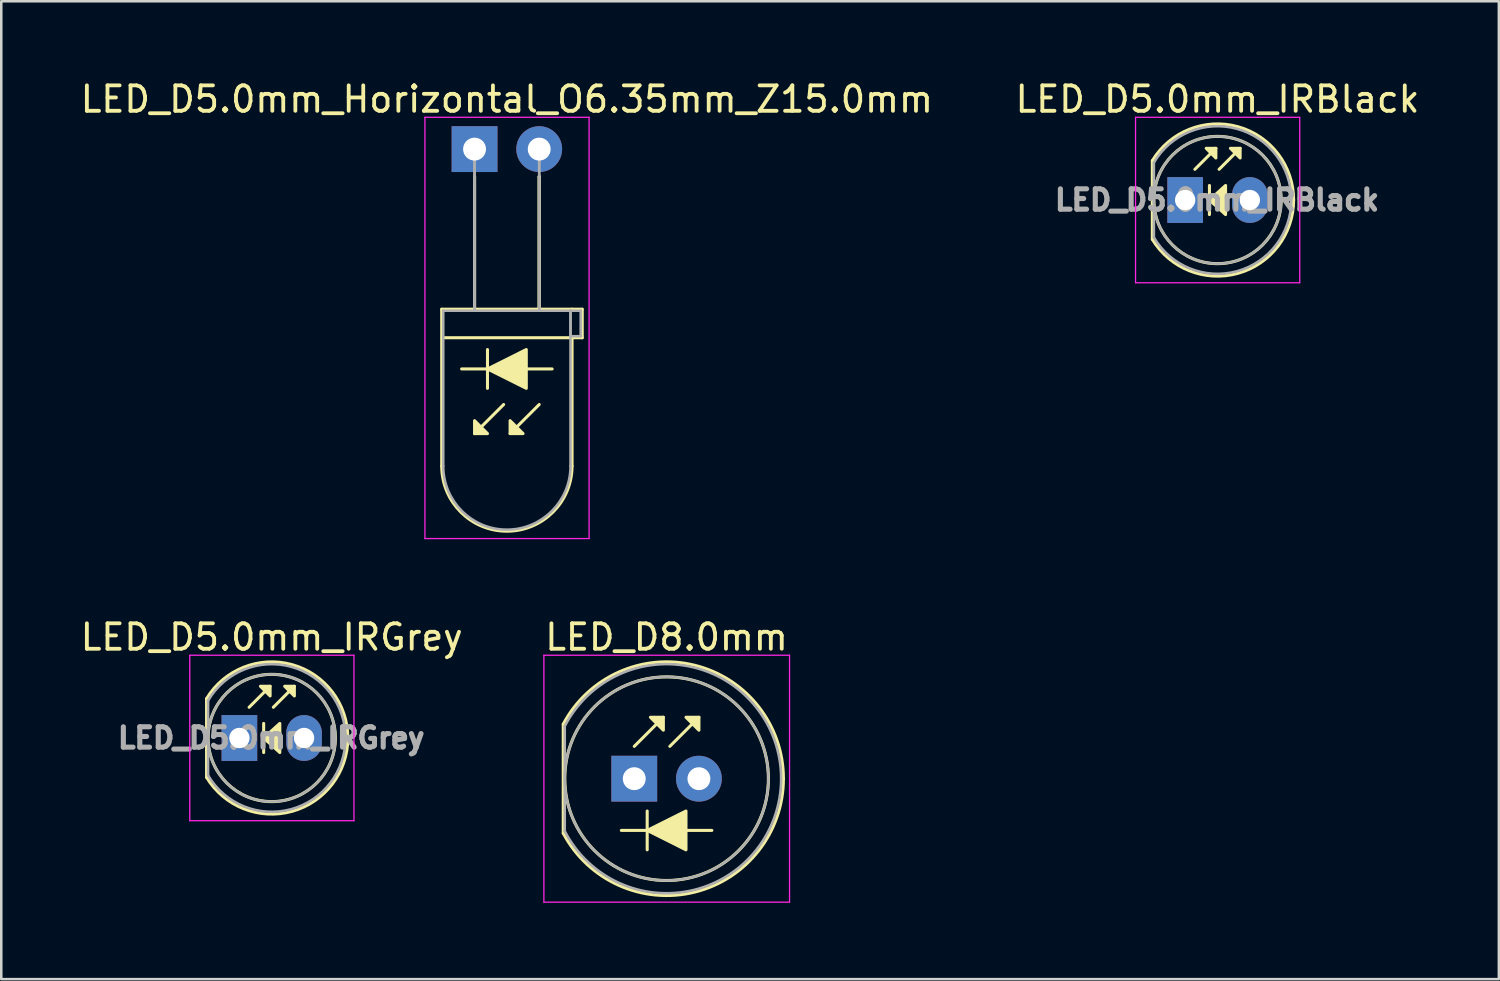
<source format=kicad_pcb>
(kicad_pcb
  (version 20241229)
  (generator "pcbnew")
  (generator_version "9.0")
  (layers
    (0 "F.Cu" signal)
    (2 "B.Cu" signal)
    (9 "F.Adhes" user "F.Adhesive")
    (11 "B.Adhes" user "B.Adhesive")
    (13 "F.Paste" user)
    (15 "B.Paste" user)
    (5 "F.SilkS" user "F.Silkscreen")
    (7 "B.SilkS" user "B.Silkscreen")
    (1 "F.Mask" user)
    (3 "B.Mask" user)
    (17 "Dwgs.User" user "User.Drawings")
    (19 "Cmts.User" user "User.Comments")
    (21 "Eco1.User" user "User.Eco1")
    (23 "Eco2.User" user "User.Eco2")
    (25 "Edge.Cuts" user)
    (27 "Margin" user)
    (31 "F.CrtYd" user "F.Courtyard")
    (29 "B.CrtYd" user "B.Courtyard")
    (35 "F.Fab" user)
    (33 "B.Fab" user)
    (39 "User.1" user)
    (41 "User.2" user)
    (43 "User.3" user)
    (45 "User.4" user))
  (footprint "LED_D8.0mm"
    (layer "F.Cu")
    (at 21.867 27.541)
    (property "Reference" "LED_D8.0mm" (at 1.27 -5.56 0) (layer "F.SilkS") (effects (font (size 1 1) (thickness 0.15))))
    (fp_line (start -2.79 -2.142) (end -2.79 2.142) (stroke (width 0.12) (type solid)) (layer "F.SilkS"))
    (fp_line (start 0 -1.27) (end 1.143 -2.413) (stroke (width 0.12) (type solid)) (layer "F.SilkS"))
    (fp_line (start 0.508 1.27) (end 0.508 2.794) (stroke (width 0.12) (type solid)) (layer "F.SilkS"))
    (fp_line (start 0.508 2.032) (end -0.508 2.032) (stroke (width 0.12) (type solid)) (layer "F.SilkS"))
    (fp_line (start 1.397 -1.27) (end 2.54 -2.413) (stroke (width 0.12) (type solid)) (layer "F.SilkS"))
    (fp_line (start 3.048 2.032) (end 2.032 2.032) (stroke (width 0.12) (type solid)) (layer "F.SilkS"))
    (fp_arc (start -2.79 -2.141145) (mid 2.373119 -4.455472) (end 5.86 0.000486) (stroke (width 0.12) (type solid)) (layer "F.SilkS"))
    (fp_arc (start 5.86 -0.000486) (mid 2.373119 4.455472) (end -2.79 2.141145) (stroke (width 0.12) (type solid)) (layer "F.SilkS"))
    (fp_circle (center 1.27 0) (end 5.27 0) (stroke (width 0.12) (type solid)) (fill no) (layer "F.SilkS"))
    (fp_poly (pts (xy 1.143 -1.905) (xy 0.635 -2.413) (xy 1.143 -2.413)) (stroke (width 0.12) (type solid)) (fill yes) (layer "F.SilkS"))
    (fp_poly (pts (xy 2.032 2.794) (xy 0.508 2.032) (xy 2.032 1.27)) (stroke (width 0.12) (type solid)) (fill yes) (layer "F.SilkS"))
    (fp_poly (pts (xy 2.54 -1.905) (xy 2.032 -2.413) (xy 2.54 -2.413)) (stroke (width 0.12) (type solid)) (fill yes) (layer "F.SilkS"))
    (fp_line (start -3.55 -4.85) (end -3.55 4.85) (stroke (width 0.05) (type solid)) (layer "F.CrtYd"))
    (fp_line (start -3.55 4.85) (end 6.1 4.85) (stroke (width 0.05) (type solid)) (layer "F.CrtYd"))
    (fp_line (start 6.1 -4.85) (end -3.55 -4.85) (stroke (width 0.05) (type solid)) (layer "F.CrtYd"))
    (fp_line (start 6.1 4.85) (end 6.1 -4.85) (stroke (width 0.05) (type solid)) (layer "F.CrtYd"))
    (fp_line (start -2.73 -2.062) (end -2.73 2.062) (stroke (width 0.1) (type solid)) (layer "F.Fab"))
    (fp_arc (start -2.73 -2.061553) (mid 5.77 0.00126) (end -2.731154 2.059312) (stroke (width 0.1) (type solid)) (layer "F.Fab"))
    (fp_circle (center 1.27 0) (end 5.27 0) (stroke (width 0.1) (type solid)) (fill no) (layer "F.Fab"))
    (pad "1" thru_hole rect (at 0 0) (size 1.8 1.8) (drill 0.9) (layers "*.Cu" "*.Mask"))
    (pad "2" thru_hole circle (at 2.54 0) (size 1.8 1.8) (drill 0.9) (layers "*.Cu" "*.Mask")))
  (footprint "LED_D5.0mm_Horizontal_O6.35mm_Z15.0mm"
    (layer "F.Cu")
    (at 15.593 2.808)
    (property "Reference" "LED_D5.0mm_Horizontal_O6.35mm_Z15.0mm" (at 1.27 -1.96 0) (layer "F.SilkS") (effects (font (size 1 1) (thickness 0.15))))
    (fp_line (start -1.29 6.29) (end -1.29 12.45) (stroke (width 0.12) (type solid)) (layer "F.SilkS"))
    (fp_line (start -1.29 6.29) (end 3.83 6.29) (stroke (width 0.12) (type solid)) (layer "F.SilkS"))
    (fp_line (start 0 1.08) (end 0 1.08) (stroke (width 0.12) (type solid)) (layer "F.SilkS"))
    (fp_line (start 0 1.08) (end 0 6.29) (stroke (width 0.12) (type solid)) (layer "F.SilkS"))
    (fp_line (start 0 6.29) (end 0 1.08) (stroke (width 0.12) (type solid)) (layer "F.SilkS"))
    (fp_line (start 0 6.29) (end 0 6.29) (stroke (width 0.12) (type solid)) (layer "F.SilkS"))
    (fp_line (start 0.508 7.874) (end 0.508 9.398) (stroke (width 0.12) (type solid)) (layer "F.SilkS"))
    (fp_line (start 0.508 8.636) (end -0.508 8.636) (stroke (width 0.12) (type solid)) (layer "F.SilkS"))
    (fp_line (start 1.143 10.033) (end 0 11.176) (stroke (width 0.12) (type solid)) (layer "F.SilkS"))
    (fp_line (start 2.54 1.08) (end 2.54 1.08) (stroke (width 0.12) (type solid)) (layer "F.SilkS"))
    (fp_line (start 2.54 1.08) (end 2.54 6.29) (stroke (width 0.12) (type solid)) (layer "F.SilkS"))
    (fp_line (start 2.54 6.29) (end 2.54 1.08) (stroke (width 0.12) (type solid)) (layer "F.SilkS"))
    (fp_line (start 2.54 6.29) (end 2.54 6.29) (stroke (width 0.12) (type solid)) (layer "F.SilkS"))
    (fp_line (start 2.54 10.033) (end 1.397 11.176) (stroke (width 0.12) (type solid)) (layer "F.SilkS"))
    (fp_line (start 3.048 8.636) (end 2.032 8.636) (stroke (width 0.12) (type solid)) (layer "F.SilkS"))
    (fp_line (start 3.83 6.29) (end 4.23 6.29) (stroke (width 0.12) (type solid)) (layer "F.SilkS"))
    (fp_line (start 3.83 7.41) (end 3.83 12.45) (stroke (width 0.12) (type solid)) (layer "F.SilkS"))
    (fp_line (start 4.23 6.29) (end 4.23 7.41) (stroke (width 0.12) (type solid)) (layer "F.SilkS"))
    (fp_line (start 4.23 7.41) (end -1.27 7.41) (stroke (width 0.12) (type solid)) (layer "F.SilkS"))
    (fp_arc (start 3.83 12.45) (mid 1.27 15.01) (end -1.29 12.45) (stroke (width 0.12) (type solid)) (layer "F.SilkS"))
    (fp_poly (pts (xy 0 10.668) (xy 0.508 11.176) (xy 0 11.176)) (stroke (width 0.12) (type solid)) (fill yes) (layer "F.SilkS"))
    (fp_poly (pts (xy 1.397 10.668) (xy 1.905 11.176) (xy 1.397 11.176)) (stroke (width 0.12) (type solid)) (fill yes) (layer "F.SilkS"))
    (fp_poly (pts (xy 2.032 9.398) (xy 0.508 8.636) (xy 2.032 7.874)) (stroke (width 0.12) (type solid)) (fill yes) (layer "F.SilkS"))
    (fp_line (start -1.95 -1.25) (end -1.95 15.3) (stroke (width 0.05) (type solid)) (layer "F.CrtYd"))
    (fp_line (start -1.95 15.3) (end 4.5 15.3) (stroke (width 0.05) (type solid)) (layer "F.CrtYd"))
    (fp_line (start 4.5 -1.25) (end -1.95 -1.25) (stroke (width 0.05) (type solid)) (layer "F.CrtYd"))
    (fp_line (start 4.5 15.3) (end 4.5 -1.25) (stroke (width 0.05) (type solid)) (layer "F.CrtYd"))
    (fp_line (start -1.23 6.35) (end -1.23 12.45) (stroke (width 0.1) (type solid)) (layer "F.Fab"))
    (fp_line (start -1.23 6.35) (end 3.77 6.35) (stroke (width 0.1) (type solid)) (layer "F.Fab"))
    (fp_line (start 0 0) (end 0 0) (stroke (width 0.1) (type solid)) (layer "F.Fab"))
    (fp_line (start 0 0) (end 0 6.35) (stroke (width 0.1) (type solid)) (layer "F.Fab"))
    (fp_line (start 0 6.35) (end 0 0) (stroke (width 0.1) (type solid)) (layer "F.Fab"))
    (fp_line (start 0 6.35) (end 0 6.35) (stroke (width 0.1) (type solid)) (layer "F.Fab"))
    (fp_line (start 2.54 0) (end 2.54 0) (stroke (width 0.1) (type solid)) (layer "F.Fab"))
    (fp_line (start 2.54 0) (end 2.54 6.35) (stroke (width 0.1) (type solid)) (layer "F.Fab"))
    (fp_line (start 2.54 6.35) (end 2.54 0) (stroke (width 0.1) (type solid)) (layer "F.Fab"))
    (fp_line (start 2.54 6.35) (end 2.54 6.35) (stroke (width 0.1) (type solid)) (layer "F.Fab"))
    (fp_line (start 3.77 6.35) (end 3.77 12.45) (stroke (width 0.1) (type solid)) (layer "F.Fab"))
    (fp_line (start 3.77 6.35) (end 4.17 6.35) (stroke (width 0.1) (type solid)) (layer "F.Fab"))
    (fp_line (start 3.77 7.35) (end 3.77 6.35) (stroke (width 0.1) (type solid)) (layer "F.Fab"))
    (fp_line (start 4.17 6.35) (end 4.17 7.35) (stroke (width 0.1) (type solid)) (layer "F.Fab"))
    (fp_line (start 4.17 7.35) (end 3.77 7.35) (stroke (width 0.1) (type solid)) (layer "F.Fab"))
    (fp_arc (start 3.77 12.45) (mid 1.27 14.95) (end -1.23 12.45) (stroke (width 0.1) (type solid)) (layer "F.Fab"))
    (pad "1" thru_hole rect (at 0 0) (size 1.8 1.8) (drill 0.9) (layers "*.Cu" "*.Mask"))
    (pad "2" thru_hole circle (at 2.54 0) (size 1.8 1.8) (drill 0.9) (layers "*.Cu" "*.Mask")))
  (footprint "LED_D5.0mm_IRGrey"
    (layer "F.Cu")
    (at 6.355 25.942)
    (property "Reference" "LED_D5.0mm_IRGrey" (at 1.27 -3.96 0) (layer "F.SilkS") (effects (font (size 1 1) (thickness 0.15))))
    (fp_line (start -1.29 -1.545) (end -1.29 1.545) (stroke (width 0.12) (type solid)) (layer "F.SilkS"))
    (fp_line (start 0.381 -1.206) (end 1.206 -2.032) (stroke (width 0.12) (type solid)) (layer "F.SilkS"))
    (fp_line (start 0.953 -0.572) (end 0.953 0.572) (stroke (width 0.12) (type solid)) (layer "F.SilkS"))
    (fp_line (start 1.333 -1.206) (end 2.159 -2.032) (stroke (width 0.12) (type solid)) (layer "F.SilkS"))
    (fp_arc (start -1.29 -1.54483) (mid 2.072002 -2.880433) (end 4.26 0.000462) (stroke (width 0.12) (type solid)) (layer "F.SilkS"))
    (fp_arc (start 4.26 -0.000462) (mid 2.072002 2.880433) (end -1.29 1.54483) (stroke (width 0.12) (type solid)) (layer "F.SilkS"))
    (fp_circle (center 1.27 0) (end 3.77 0) (stroke (width 0.12) (type solid)) (fill no) (layer "F.SilkS"))
    (fp_poly (pts (xy 1.206 -1.651) (xy 0.826 -2.032) (xy 1.206 -2.032)) (stroke (width 0.12) (type solid)) (fill yes) (layer "F.SilkS"))
    (fp_poly (pts (xy 1.587 0.572) (xy 0.953 0) (xy 1.587 -0.572)) (stroke (width 0.12) (type solid)) (fill yes) (layer "F.SilkS"))
    (fp_poly (pts (xy 2.159 -1.651) (xy 1.778 -2.032) (xy 2.159 -2.032)) (stroke (width 0.12) (type solid)) (fill yes) (layer "F.SilkS"))
    (fp_line (start -1.95 -3.25) (end -1.95 3.25) (stroke (width 0.05) (type solid)) (layer "F.CrtYd"))
    (fp_line (start -1.95 3.25) (end 4.5 3.25) (stroke (width 0.05) (type solid)) (layer "F.CrtYd"))
    (fp_line (start 4.5 -3.25) (end -1.95 -3.25) (stroke (width 0.05) (type solid)) (layer "F.CrtYd"))
    (fp_line (start 4.5 3.25) (end 4.5 -3.25) (stroke (width 0.05) (type solid)) (layer "F.CrtYd"))
    (fp_line (start -1.23 -1.47) (end -1.23 1.47) (stroke (width 0.1) (type solid)) (layer "F.Fab"))
    (fp_arc (start -1.23 -1.469694) (mid 4.17 0.000016) (end -1.230016 1.469666) (stroke (width 0.1) (type solid)) (layer "F.Fab"))
    (fp_circle (center 1.27 0) (end 3.77 0) (stroke (width 0.1) (type solid)) (fill no) (layer "F.Fab"))
    (fp_text user "${REFERENCE}" (at 1.25 0 0) (layer "F.Fab") (effects (font (size 0.8 0.8) (thickness 0.2))))
    (pad "1" thru_hole rect (at 0 0) (size 1.4 1.8) (drill 0.8) (layers "*.Cu" "*.Mask"))
    (pad "2" thru_hole oval (at 2.54 0) (size 1.4 1.8) (drill 0.8) (layers "*.Cu" "*.Mask")))
  (footprint "LED_D5.0mm_IRBlack"
    (layer "F.Cu")
    (at 43.51 4.808)
    (property "Reference" "LED_D5.0mm_IRBlack" (at 1.27 -3.96 0) (layer "F.SilkS") (effects (font (size 1 1) (thickness 0.15))))
    (fp_line (start -1.29 -1.545) (end -1.29 1.545) (stroke (width 0.12) (type solid)) (layer "F.SilkS"))
    (fp_line (start 0.381 -1.206) (end 1.206 -2.032) (stroke (width 0.12) (type solid)) (layer "F.SilkS"))
    (fp_line (start 0.953 -0.572) (end 0.953 0.572) (stroke (width 0.12) (type solid)) (layer "F.SilkS"))
    (fp_line (start 1.333 -1.206) (end 2.159 -2.032) (stroke (width 0.12) (type solid)) (layer "F.SilkS"))
    (fp_arc (start -1.29 -1.54483) (mid 2.072002 -2.880433) (end 4.26 0.000462) (stroke (width 0.12) (type solid)) (layer "F.SilkS"))
    (fp_arc (start 4.26 -0.000462) (mid 2.072002 2.880433) (end -1.29 1.54483) (stroke (width 0.12) (type solid)) (layer "F.SilkS"))
    (fp_circle (center 1.27 0) (end 3.77 0) (stroke (width 0.12) (type solid)) (fill no) (layer "F.SilkS"))
    (fp_poly (pts (xy 1.206 -1.651) (xy 0.826 -2.032) (xy 1.206 -2.032)) (stroke (width 0.12) (type solid)) (fill yes) (layer "F.SilkS"))
    (fp_poly (pts (xy 1.587 0.572) (xy 0.953 0) (xy 1.587 -0.572)) (stroke (width 0.12) (type solid)) (fill yes) (layer "F.SilkS"))
    (fp_poly (pts (xy 2.159 -1.651) (xy 1.778 -2.032) (xy 2.159 -2.032)) (stroke (width 0.12) (type solid)) (fill yes) (layer "F.SilkS"))
    (fp_line (start -1.95 -3.25) (end -1.95 3.25) (stroke (width 0.05) (type solid)) (layer "F.CrtYd"))
    (fp_line (start -1.95 3.25) (end 4.5 3.25) (stroke (width 0.05) (type solid)) (layer "F.CrtYd"))
    (fp_line (start 4.5 -3.25) (end -1.95 -3.25) (stroke (width 0.05) (type solid)) (layer "F.CrtYd"))
    (fp_line (start 4.5 3.25) (end 4.5 -3.25) (stroke (width 0.05) (type solid)) (layer "F.CrtYd"))
    (fp_line (start -1.23 -1.47) (end -1.23 1.47) (stroke (width 0.1) (type solid)) (layer "F.Fab"))
    (fp_arc (start -1.23 -1.469694) (mid 4.17 0.000016) (end -1.230016 1.469666) (stroke (width 0.1) (type solid)) (layer "F.Fab"))
    (fp_circle (center 1.27 0) (end 3.77 0) (stroke (width 0.1) (type solid)) (fill no) (layer "F.Fab"))
    (fp_text user "${REFERENCE}" (at 1.25 0 0) (layer "F.Fab") (effects (font (size 0.8 0.8) (thickness 0.2))))
    (pad "1" thru_hole rect (at 0 0) (size 1.4 1.8) (drill 0.8) (layers "*.Cu" "*.Mask"))
    (pad "2" thru_hole oval (at 2.54 0) (size 1.4 1.8) (drill 0.8) (layers "*.Cu" "*.Mask")))
  (gr_rect
    (start -3 -3)
    (end 55.833 35.416)
    (stroke (width 0.1) (type default))
    (fill no)
    (layer "Edge.Cuts")))
</source>
